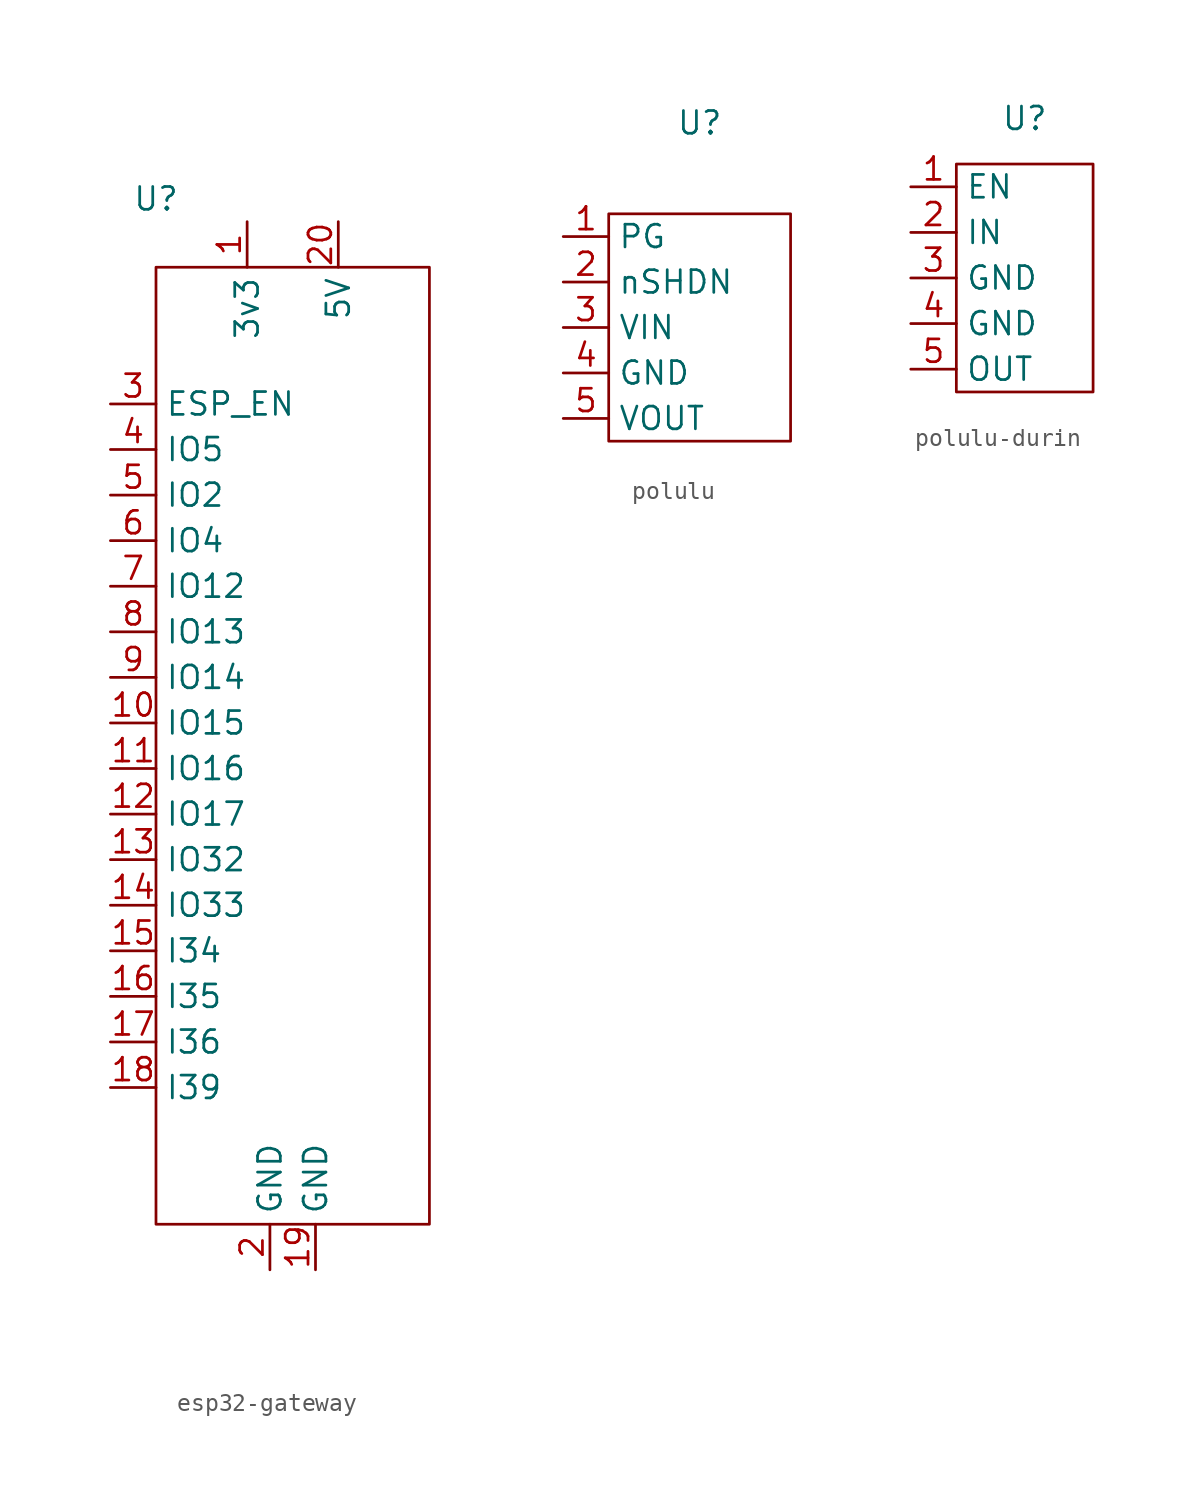
<source format=kicad_sym>
(kicad_symbol_lib
  (version 20220914)
  (generator kicad_symbol_editor)
  (symbol "esp32-gateway"
    (property "Reference" "U"
      (at -7.62 29.21 0)
      (effects (font (size 1.27 1.27))))
    (property "Value" ""
      (at -7.62 22.86 0)
      (effects (font (size 1.27 1.27))))
    (symbol "esp32-gateway_0_1"
      (rectangle (start -7.62 25.4) (end 7.62 -27.94) (stroke (width 0) (type default)) (fill (type none))))
    (symbol "esp32-gateway_1_1"
      (pin input line (at -2.54 27.94 270) (length 2.54) (name "3v3" (effects (font (size 1.27 1.27)))) (number "1" (effects (font (size 1.27 1.27)))))
      (pin input line (at -10.16 0 0) (length 2.54) (name "IO15" (effects (font (size 1.27 1.27)))) (number "10" (effects (font (size 1.27 1.27)))))
      (pin input line (at -10.16 -2.54 0) (length 2.54) (name "IO16" (effects (font (size 1.27 1.27)))) (number "11" (effects (font (size 1.27 1.27)))))
      (pin input line (at -10.16 -5.08 0) (length 2.54) (name "IO17" (effects (font (size 1.27 1.27)))) (number "12" (effects (font (size 1.27 1.27)))))
      (pin input line (at -10.16 -7.62 0) (length 2.54) (name "IO32" (effects (font (size 1.27 1.27)))) (number "13" (effects (font (size 1.27 1.27)))))
      (pin input line (at -10.16 -10.16 0) (length 2.54) (name "IO33" (effects (font (size 1.27 1.27)))) (number "14" (effects (font (size 1.27 1.27)))))
      (pin input line (at -10.16 -12.7 0) (length 2.54) (name "I34" (effects (font (size 1.27 1.27)))) (number "15" (effects (font (size 1.27 1.27)))))
      (pin input line (at -10.16 -15.24 0) (length 2.54) (name "I35" (effects (font (size 1.27 1.27)))) (number "16" (effects (font (size 1.27 1.27)))))
      (pin input line (at -10.16 -17.78 0) (length 2.54) (name "I36" (effects (font (size 1.27 1.27)))) (number "17" (effects (font (size 1.27 1.27)))))
      (pin input line (at -10.16 -20.32 0) (length 2.54) (name "I39" (effects (font (size 1.27 1.27)))) (number "18" (effects (font (size 1.27 1.27)))))
      (pin input line (at 1.27 -30.48 90) (length 2.54) (name "GND" (effects (font (size 1.27 1.27)))) (number "19" (effects (font (size 1.27 1.27)))))
      (pin input line (at -1.27 -30.48 90) (length 2.54) (name "GND" (effects (font (size 1.27 1.27)))) (number "2" (effects (font (size 1.27 1.27)))))
      (pin input line (at 2.54 27.94 270) (length 2.54) (name "5V" (effects (font (size 1.27 1.27)))) (number "20" (effects (font (size 1.27 1.27)))))
      (pin input line (at -10.16 17.78 0) (length 2.54) (name "ESP_EN" (effects (font (size 1.27 1.27)))) (number "3" (effects (font (size 1.27 1.27)))))
      (pin input line (at -10.16 15.24 0) (length 2.54) (name "IO5" (effects (font (size 1.27 1.27)))) (number "4" (effects (font (size 1.27 1.27)))))
      (pin input line (at -10.16 12.7 0) (length 2.54) (name "IO2" (effects (font (size 1.27 1.27)))) (number "5" (effects (font (size 1.27 1.27)))))
      (pin input line (at -10.16 10.16 0) (length 2.54) (name "IO4" (effects (font (size 1.27 1.27)))) (number "6" (effects (font (size 1.27 1.27)))))
      (pin input line (at -10.16 7.62 0) (length 2.54) (name "IO12" (effects (font (size 1.27 1.27)))) (number "7" (effects (font (size 1.27 1.27)))))
      (pin input line (at -10.16 5.08 0) (length 2.54) (name "IO13" (effects (font (size 1.27 1.27)))) (number "8" (effects (font (size 1.27 1.27)))))
      (pin input line (at -10.16 2.54 0) (length 2.54) (name "IO14" (effects (font (size 1.27 1.27)))) (number "9" (effects (font (size 1.27 1.27)))))))
  (symbol "polulu"
    (property "Reference" "U"
      (at 0 8.89 0)
      (effects (font (size 1.27 1.27))))
    (property "Value" ""
      (at -2.54 0 0)
      (effects (font (size 1.27 1.27))))
    (symbol "polulu_0_1"
      (rectangle (start -5.08 3.81) (end 5.08 -8.89) (stroke (width 0) (type default)) (fill (type none))))
    (symbol "polulu_1_1"
      (pin input line (at -7.62 2.54 0) (length 2.54) (name "PG" (effects (font (size 1.27 1.27)))) (number "1" (effects (font (size 1.27 1.27)))))
      (pin input line (at -7.62 0 0) (length 2.54) (name "nSHDN" (effects (font (size 1.27 1.27)))) (number "2" (effects (font (size 1.27 1.27)))))
      (pin input line (at -7.62 -2.54 0) (length 2.54) (name "VIN" (effects (font (size 1.27 1.27)))) (number "3" (effects (font (size 1.27 1.27)))))
      (pin input line (at -7.62 -5.08 0) (length 2.54) (name "GND" (effects (font (size 1.27 1.27)))) (number "4" (effects (font (size 1.27 1.27)))))
      (pin input line (at -7.62 -7.62 0) (length 2.54) (name "VOUT" (effects (font (size 1.27 1.27)))) (number "5" (effects (font (size 1.27 1.27)))))))
  (symbol "polulu-durin"
    (property "Reference" "U"
      (at 0 6.35 0)
      (effects (font (size 1.27 1.27))))
    (property "Value" ""
      (at -3.81 0 0)
      (effects (font (size 1.27 1.27))))
    (symbol "polulu-durin_0_1"
      (rectangle (start -3.81 3.81) (end 3.81 -8.89) (stroke (width 0) (type default)) (fill (type none))))
    (symbol "polulu-durin_1_1"
      (pin input line (at -6.35 2.54 0) (length 2.54) (name "EN" (effects (font (size 1.27 1.27)))) (number "1" (effects (font (size 1.27 1.27)))))
      (pin input line (at -6.35 0 0) (length 2.54) (name "IN" (effects (font (size 1.27 1.27)))) (number "2" (effects (font (size 1.27 1.27)))))
      (pin input line (at -6.35 -2.54 0) (length 2.54) (name "GND" (effects (font (size 1.27 1.27)))) (number "3" (effects (font (size 1.27 1.27)))))
      (pin input line (at -6.35 -5.08 0) (length 2.54) (name "GND" (effects (font (size 1.27 1.27)))) (number "4" (effects (font (size 1.27 1.27)))))
      (pin input line (at -6.35 -7.62 0) (length 2.54) (name "OUT" (effects (font (size 1.27 1.27)))) (number "5" (effects (font (size 1.27 1.27))))))))
</source>
